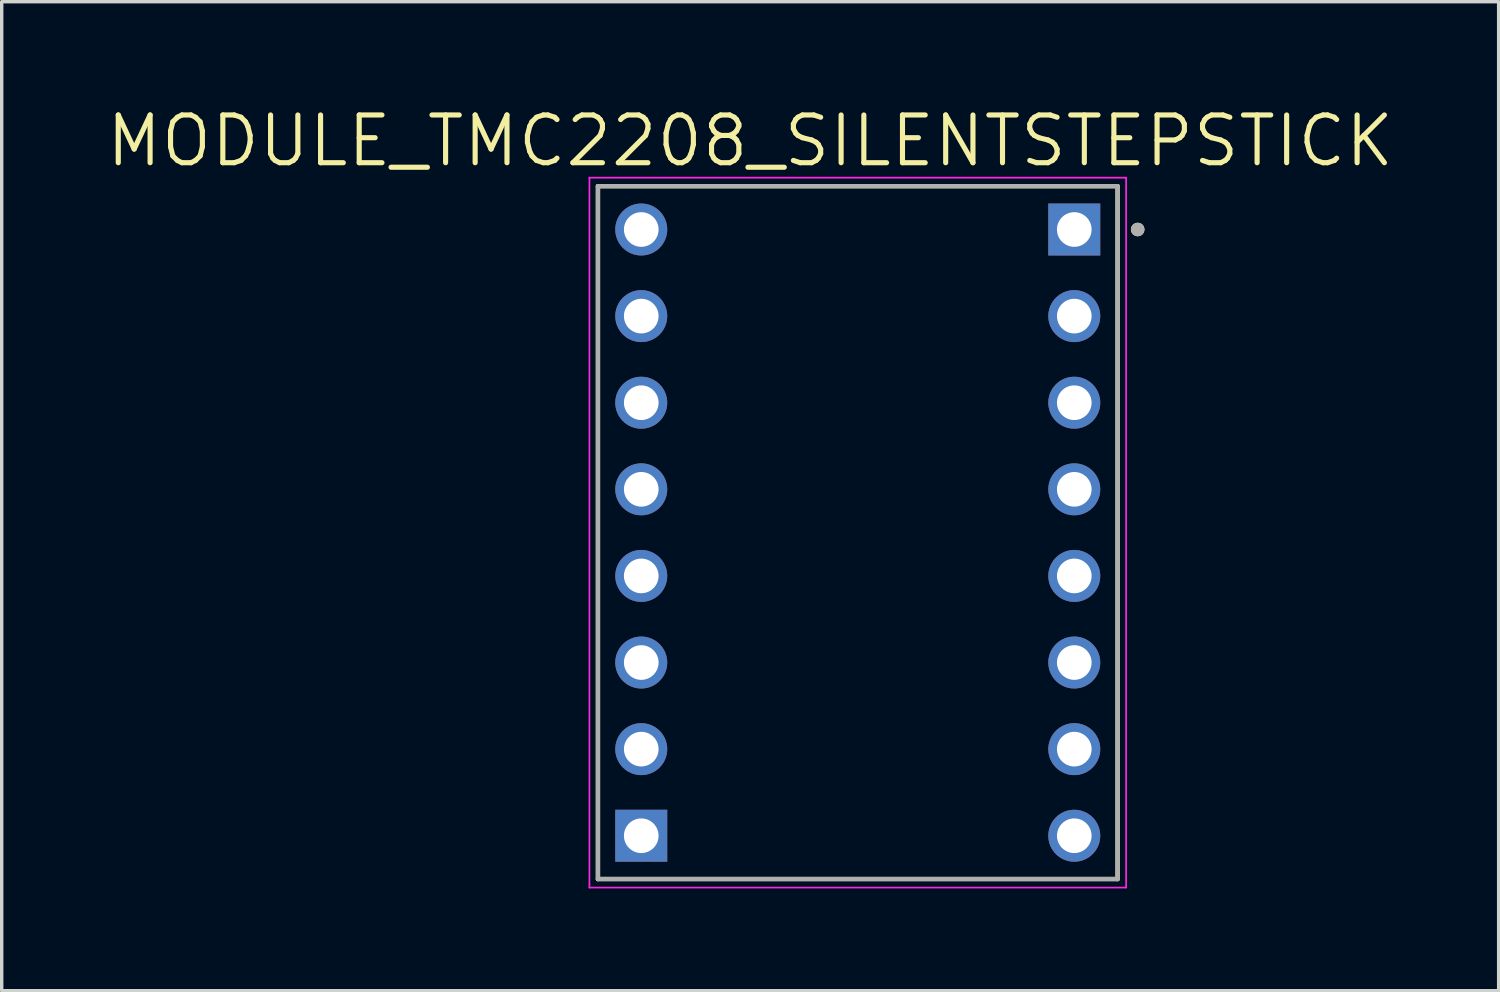
<source format=kicad_pcb>
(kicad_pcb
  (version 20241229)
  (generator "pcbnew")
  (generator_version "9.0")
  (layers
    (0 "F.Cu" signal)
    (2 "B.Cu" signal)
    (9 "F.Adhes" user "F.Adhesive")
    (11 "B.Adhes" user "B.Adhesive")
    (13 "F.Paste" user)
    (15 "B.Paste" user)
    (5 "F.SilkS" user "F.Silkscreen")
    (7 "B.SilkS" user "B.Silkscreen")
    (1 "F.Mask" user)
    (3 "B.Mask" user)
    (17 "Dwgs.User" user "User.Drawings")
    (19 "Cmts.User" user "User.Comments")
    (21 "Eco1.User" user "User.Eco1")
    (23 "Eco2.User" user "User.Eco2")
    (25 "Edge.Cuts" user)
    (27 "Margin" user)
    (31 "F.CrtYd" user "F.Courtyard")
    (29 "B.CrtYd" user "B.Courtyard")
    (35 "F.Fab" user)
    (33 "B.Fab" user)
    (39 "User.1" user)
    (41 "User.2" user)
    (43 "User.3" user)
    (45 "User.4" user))
  (footprint "MODULE_TMC2208_SILENTSTEPSTICK"
    (layer "F.Cu")
    (at 22.107 12.571)
    (property "Reference" "MODULE_TMC2208_SILENTSTEPSTICK" (at -3.155 -11.489 0) (layer "F.SilkS") (effects (font (size 1.4 1.4) (thickness 0.15))))
    (attr through_hole)
    (fp_line (start -7.62 -10.16) (end -7.62 10.16) (stroke (width 0.127) (type solid)) (layer "F.SilkS"))
    (fp_line (start -7.62 10.16) (end 7.62 10.16) (stroke (width 0.127) (type solid)) (layer "F.SilkS"))
    (fp_line (start 7.62 -10.16) (end -7.62 -10.16) (stroke (width 0.127) (type solid)) (layer "F.SilkS"))
    (fp_line (start 7.62 10.16) (end 7.62 -10.16) (stroke (width 0.127) (type solid)) (layer "F.SilkS"))
    (fp_circle (center 8.21 -8.89) (end 8.31 -8.89) (stroke (width 0.2) (type solid)) (fill no) (layer "F.SilkS"))
    (fp_line (start -7.87 -10.41) (end -7.87 10.41) (stroke (width 0.05) (type solid)) (layer "F.CrtYd"))
    (fp_line (start -7.87 -10.41) (end 7.87 -10.41) (stroke (width 0.05) (type solid)) (layer "F.CrtYd"))
    (fp_line (start -7.87 10.41) (end 7.87 10.41) (stroke (width 0.05) (type solid)) (layer "F.CrtYd"))
    (fp_line (start 7.87 -10.41) (end 7.87 10.41) (stroke (width 0.05) (type solid)) (layer "F.CrtYd"))
    (fp_line (start -7.62 -10.16) (end -7.62 10.16) (stroke (width 0.127) (type solid)) (layer "F.Fab"))
    (fp_line (start -7.62 10.16) (end 7.62 10.16) (stroke (width 0.127) (type solid)) (layer "F.Fab"))
    (fp_line (start 7.62 -10.16) (end -7.62 -10.16) (stroke (width 0.127) (type solid)) (layer "F.Fab"))
    (fp_line (start 7.62 10.16) (end 7.62 -10.16) (stroke (width 0.127) (type solid)) (layer "F.Fab"))
    (fp_circle (center 8.21 -8.89) (end 8.31 -8.89) (stroke (width 0.2) (type solid)) (fill no) (layer "F.Fab"))
    (pad "JP1_1" thru_hole rect (at 6.35 -8.89) (size 1.524 1.524) (drill 1.016) (layers "*.Cu" "*.Mask"))
    (pad "JP1_2" thru_hole circle (at 6.35 -6.35) (size 1.524 1.524) (drill 1.016) (layers "*.Cu" "*.Mask"))
    (pad "JP1_3" thru_hole circle (at 6.35 -3.81) (size 1.524 1.524) (drill 1.016) (layers "*.Cu" "*.Mask"))
    (pad "JP1_4" thru_hole circle (at 6.35 -1.27) (size 1.524 1.524) (drill 1.016) (layers "*.Cu" "*.Mask"))
    (pad "JP1_5" thru_hole circle (at 6.35 1.27) (size 1.524 1.524) (drill 1.016) (layers "*.Cu" "*.Mask"))
    (pad "JP1_6" thru_hole circle (at 6.35 3.81) (size 1.524 1.524) (drill 1.016) (layers "*.Cu" "*.Mask"))
    (pad "JP1_7" thru_hole circle (at 6.35 6.35) (size 1.524 1.524) (drill 1.016) (layers "*.Cu" "*.Mask"))
    (pad "JP1_8" thru_hole circle (at 6.35 8.89) (size 1.524 1.524) (drill 1.016) (layers "*.Cu" "*.Mask"))
    (pad "JP2_1" thru_hole rect (at -6.35 8.89) (size 1.524 1.524) (drill 1.016) (layers "*.Cu" "*.Mask"))
    (pad "JP2_2" thru_hole circle (at -6.35 6.35) (size 1.524 1.524) (drill 1.016) (layers "*.Cu" "*.Mask"))
    (pad "JP2_3" thru_hole circle (at -6.35 3.81) (size 1.524 1.524) (drill 1.016) (layers "*.Cu" "*.Mask"))
    (pad "JP2_4" thru_hole circle (at -6.35 1.27) (size 1.524 1.524) (drill 1.016) (layers "*.Cu" "*.Mask"))
    (pad "JP2_5" thru_hole circle (at -6.35 -1.27) (size 1.524 1.524) (drill 1.016) (layers "*.Cu" "*.Mask"))
    (pad "JP2_6" thru_hole circle (at -6.35 -3.81) (size 1.524 1.524) (drill 1.016) (layers "*.Cu" "*.Mask"))
    (pad "JP2_7" thru_hole circle (at -6.35 -6.35) (size 1.524 1.524) (drill 1.016) (layers "*.Cu" "*.Mask"))
    (pad "JP2_8" thru_hole circle (at -6.35 -8.89) (size 1.524 1.524) (drill 1.016) (layers "*.Cu" "*.Mask")))
  (gr_rect
    (start -3 -3)
    (end 40.903 26.006)
    (stroke (width 0.1) (type default))
    (fill no)
    (layer "Edge.Cuts")))
</source>
